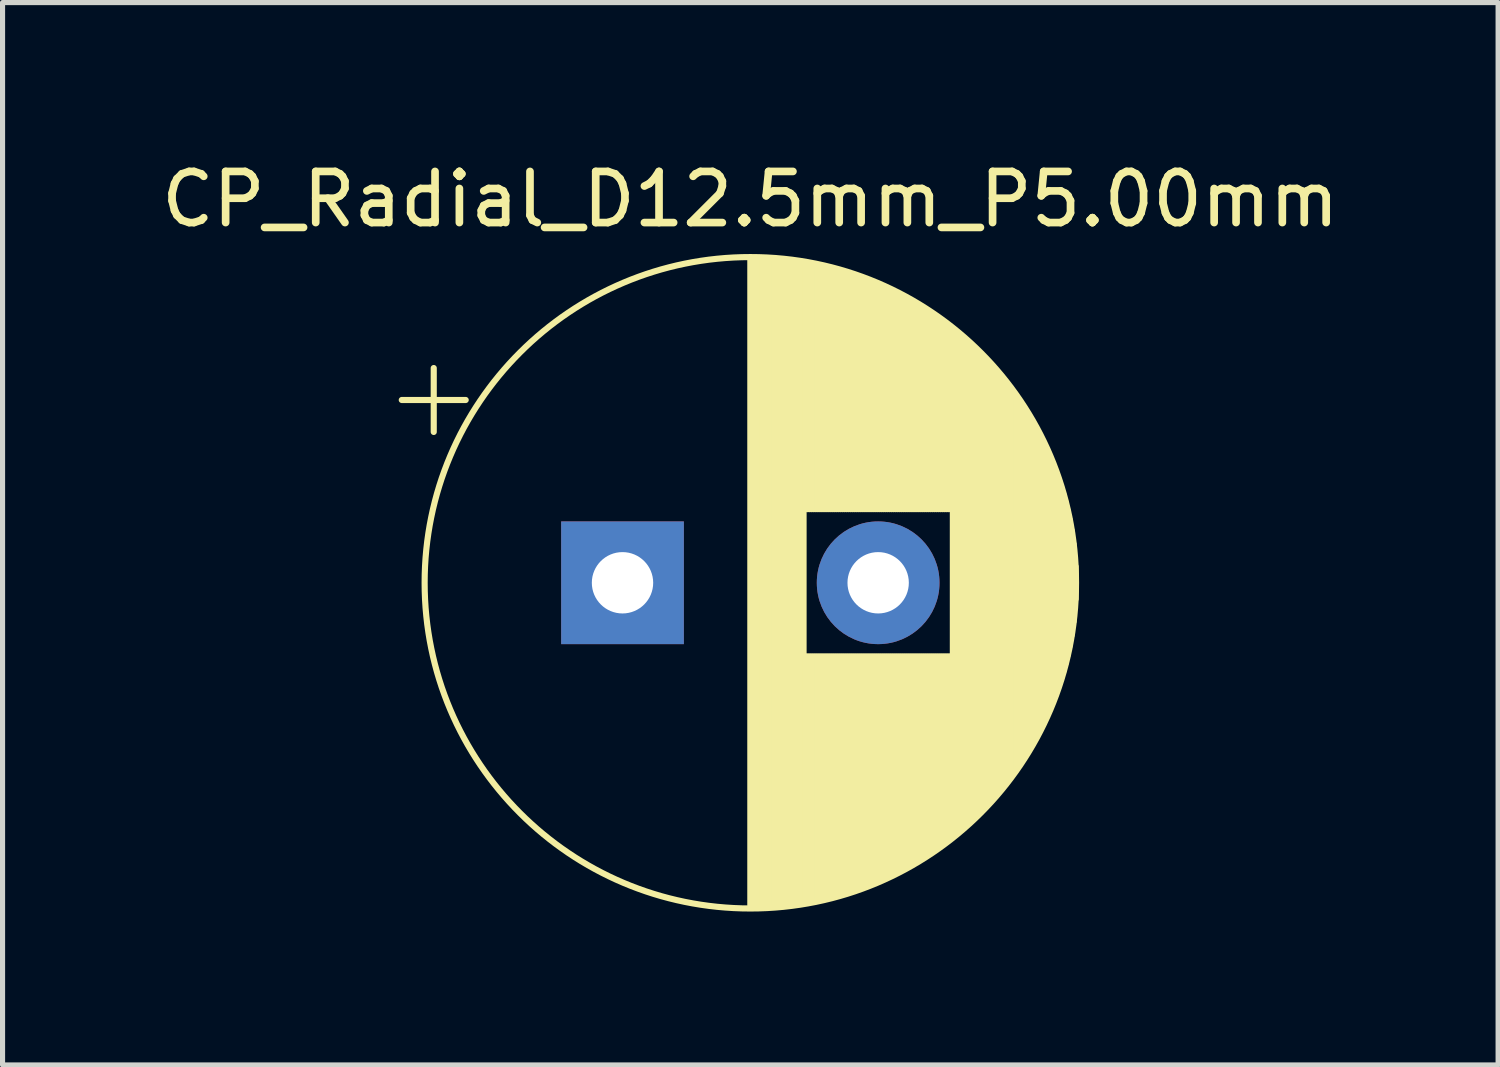
<source format=kicad_pcb>
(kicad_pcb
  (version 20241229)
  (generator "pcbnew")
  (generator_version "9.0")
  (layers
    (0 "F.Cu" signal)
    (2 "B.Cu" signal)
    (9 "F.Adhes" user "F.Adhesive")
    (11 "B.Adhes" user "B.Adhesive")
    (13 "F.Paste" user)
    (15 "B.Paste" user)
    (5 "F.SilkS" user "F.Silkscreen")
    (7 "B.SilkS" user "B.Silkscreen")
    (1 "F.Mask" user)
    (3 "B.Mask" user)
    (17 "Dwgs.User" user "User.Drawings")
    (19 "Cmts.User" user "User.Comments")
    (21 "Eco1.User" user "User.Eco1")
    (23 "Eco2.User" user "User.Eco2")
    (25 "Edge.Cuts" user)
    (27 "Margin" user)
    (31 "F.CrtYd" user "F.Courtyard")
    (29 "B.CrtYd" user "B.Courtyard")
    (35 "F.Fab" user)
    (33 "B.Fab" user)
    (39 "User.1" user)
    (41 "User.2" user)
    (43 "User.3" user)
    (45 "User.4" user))
  (footprint "CP_Radial_D12.5mm_P5.00mm"
    (layer "F.Cu")
    (at 9.125 8.348)
    (property "Reference" "CP_Radial_D12.5mm_P5.00mm" (at 2.5 -7.5 0) (layer "F.SilkS") (effects (font (size 1 1) (thickness 0.15))))
    (attr through_hole)
    (fp_line (start -4.317 -3.575) (end -3.067 -3.575) (stroke (width 0.12) (type solid)) (layer "F.SilkS"))
    (fp_line (start -3.692 -4.2) (end -3.692 -2.95) (stroke (width 0.12) (type solid)) (layer "F.SilkS"))
    (fp_line (start 2.5 -6.33) (end 2.5 6.33) (stroke (width 0.12) (type solid)) (layer "F.SilkS"))
    (fp_line (start 2.54 -6.33) (end 2.54 6.33) (stroke (width 0.12) (type solid)) (layer "F.SilkS"))
    (fp_line (start 2.58 -6.33) (end 2.58 6.33) (stroke (width 0.12) (type solid)) (layer "F.SilkS"))
    (fp_line (start 2.62 -6.329) (end 2.62 6.329) (stroke (width 0.12) (type solid)) (layer "F.SilkS"))
    (fp_line (start 2.66 -6.328) (end 2.66 6.328) (stroke (width 0.12) (type solid)) (layer "F.SilkS"))
    (fp_line (start 2.7 -6.327) (end 2.7 6.327) (stroke (width 0.12) (type solid)) (layer "F.SilkS"))
    (fp_line (start 2.74 -6.326) (end 2.74 6.326) (stroke (width 0.12) (type solid)) (layer "F.SilkS"))
    (fp_line (start 2.78 -6.324) (end 2.78 6.324) (stroke (width 0.12) (type solid)) (layer "F.SilkS"))
    (fp_line (start 2.82 -6.322) (end 2.82 6.322) (stroke (width 0.12) (type solid)) (layer "F.SilkS"))
    (fp_line (start 2.86 -6.32) (end 2.86 6.32) (stroke (width 0.12) (type solid)) (layer "F.SilkS"))
    (fp_line (start 2.9 -6.318) (end 2.9 6.318) (stroke (width 0.12) (type solid)) (layer "F.SilkS"))
    (fp_line (start 2.94 -6.315) (end 2.94 6.315) (stroke (width 0.12) (type solid)) (layer "F.SilkS"))
    (fp_line (start 2.98 -6.312) (end 2.98 6.312) (stroke (width 0.12) (type solid)) (layer "F.SilkS"))
    (fp_line (start 3.02 -6.309) (end 3.02 6.309) (stroke (width 0.12) (type solid)) (layer "F.SilkS"))
    (fp_line (start 3.06 -6.306) (end 3.06 6.306) (stroke (width 0.12) (type solid)) (layer "F.SilkS"))
    (fp_line (start 3.1 -6.302) (end 3.1 6.302) (stroke (width 0.12) (type solid)) (layer "F.SilkS"))
    (fp_line (start 3.14 -6.298) (end 3.14 6.298) (stroke (width 0.12) (type solid)) (layer "F.SilkS"))
    (fp_line (start 3.18 -6.294) (end 3.18 6.294) (stroke (width 0.12) (type solid)) (layer "F.SilkS"))
    (fp_line (start 3.221 -6.29) (end 3.221 6.29) (stroke (width 0.12) (type solid)) (layer "F.SilkS"))
    (fp_line (start 3.261 -6.285) (end 3.261 6.285) (stroke (width 0.12) (type solid)) (layer "F.SilkS"))
    (fp_line (start 3.301 -6.28) (end 3.301 6.28) (stroke (width 0.12) (type solid)) (layer "F.SilkS"))
    (fp_line (start 3.341 -6.275) (end 3.341 6.275) (stroke (width 0.12) (type solid)) (layer "F.SilkS"))
    (fp_line (start 3.381 -6.269) (end 3.381 6.269) (stroke (width 0.12) (type solid)) (layer "F.SilkS"))
    (fp_line (start 3.421 -6.264) (end 3.421 6.264) (stroke (width 0.12) (type solid)) (layer "F.SilkS"))
    (fp_line (start 3.461 -6.258) (end 3.461 6.258) (stroke (width 0.12) (type solid)) (layer "F.SilkS"))
    (fp_line (start 3.501 -6.252) (end 3.501 6.252) (stroke (width 0.12) (type solid)) (layer "F.SilkS"))
    (fp_line (start 3.541 -6.245) (end 3.541 6.245) (stroke (width 0.12) (type solid)) (layer "F.SilkS"))
    (fp_line (start 3.581 -6.238) (end 3.581 -1.44) (stroke (width 0.12) (type solid)) (layer "F.SilkS"))
    (fp_line (start 3.581 1.44) (end 3.581 6.238) (stroke (width 0.12) (type solid)) (layer "F.SilkS"))
    (fp_line (start 3.621 -6.231) (end 3.621 -1.44) (stroke (width 0.12) (type solid)) (layer "F.SilkS"))
    (fp_line (start 3.621 1.44) (end 3.621 6.231) (stroke (width 0.12) (type solid)) (layer "F.SilkS"))
    (fp_line (start 3.661 -6.224) (end 3.661 -1.44) (stroke (width 0.12) (type solid)) (layer "F.SilkS"))
    (fp_line (start 3.661 1.44) (end 3.661 6.224) (stroke (width 0.12) (type solid)) (layer "F.SilkS"))
    (fp_line (start 3.701 -6.216) (end 3.701 -1.44) (stroke (width 0.12) (type solid)) (layer "F.SilkS"))
    (fp_line (start 3.701 1.44) (end 3.701 6.216) (stroke (width 0.12) (type solid)) (layer "F.SilkS"))
    (fp_line (start 3.741 -6.209) (end 3.741 -1.44) (stroke (width 0.12) (type solid)) (layer "F.SilkS"))
    (fp_line (start 3.741 1.44) (end 3.741 6.209) (stroke (width 0.12) (type solid)) (layer "F.SilkS"))
    (fp_line (start 3.781 -6.201) (end 3.781 -1.44) (stroke (width 0.12) (type solid)) (layer "F.SilkS"))
    (fp_line (start 3.781 1.44) (end 3.781 6.201) (stroke (width 0.12) (type solid)) (layer "F.SilkS"))
    (fp_line (start 3.821 -6.192) (end 3.821 -1.44) (stroke (width 0.12) (type solid)) (layer "F.SilkS"))
    (fp_line (start 3.821 1.44) (end 3.821 6.192) (stroke (width 0.12) (type solid)) (layer "F.SilkS"))
    (fp_line (start 3.861 -6.184) (end 3.861 -1.44) (stroke (width 0.12) (type solid)) (layer "F.SilkS"))
    (fp_line (start 3.861 1.44) (end 3.861 6.184) (stroke (width 0.12) (type solid)) (layer "F.SilkS"))
    (fp_line (start 3.901 -6.175) (end 3.901 -1.44) (stroke (width 0.12) (type solid)) (layer "F.SilkS"))
    (fp_line (start 3.901 1.44) (end 3.901 6.175) (stroke (width 0.12) (type solid)) (layer "F.SilkS"))
    (fp_line (start 3.941 -6.166) (end 3.941 -1.44) (stroke (width 0.12) (type solid)) (layer "F.SilkS"))
    (fp_line (start 3.941 1.44) (end 3.941 6.166) (stroke (width 0.12) (type solid)) (layer "F.SilkS"))
    (fp_line (start 3.981 -6.156) (end 3.981 -1.44) (stroke (width 0.12) (type solid)) (layer "F.SilkS"))
    (fp_line (start 3.981 1.44) (end 3.981 6.156) (stroke (width 0.12) (type solid)) (layer "F.SilkS"))
    (fp_line (start 4.021 -6.146) (end 4.021 -1.44) (stroke (width 0.12) (type solid)) (layer "F.SilkS"))
    (fp_line (start 4.021 1.44) (end 4.021 6.146) (stroke (width 0.12) (type solid)) (layer "F.SilkS"))
    (fp_line (start 4.061 -6.137) (end 4.061 -1.44) (stroke (width 0.12) (type solid)) (layer "F.SilkS"))
    (fp_line (start 4.061 1.44) (end 4.061 6.137) (stroke (width 0.12) (type solid)) (layer "F.SilkS"))
    (fp_line (start 4.101 -6.126) (end 4.101 -1.44) (stroke (width 0.12) (type solid)) (layer "F.SilkS"))
    (fp_line (start 4.101 1.44) (end 4.101 6.126) (stroke (width 0.12) (type solid)) (layer "F.SilkS"))
    (fp_line (start 4.141 -6.116) (end 4.141 -1.44) (stroke (width 0.12) (type solid)) (layer "F.SilkS"))
    (fp_line (start 4.141 1.44) (end 4.141 6.116) (stroke (width 0.12) (type solid)) (layer "F.SilkS"))
    (fp_line (start 4.181 -6.105) (end 4.181 -1.44) (stroke (width 0.12) (type solid)) (layer "F.SilkS"))
    (fp_line (start 4.181 1.44) (end 4.181 6.105) (stroke (width 0.12) (type solid)) (layer "F.SilkS"))
    (fp_line (start 4.221 -6.094) (end 4.221 -1.44) (stroke (width 0.12) (type solid)) (layer "F.SilkS"))
    (fp_line (start 4.221 1.44) (end 4.221 6.094) (stroke (width 0.12) (type solid)) (layer "F.SilkS"))
    (fp_line (start 4.261 -6.083) (end 4.261 -1.44) (stroke (width 0.12) (type solid)) (layer "F.SilkS"))
    (fp_line (start 4.261 1.44) (end 4.261 6.083) (stroke (width 0.12) (type solid)) (layer "F.SilkS"))
    (fp_line (start 4.301 -6.071) (end 4.301 -1.44) (stroke (width 0.12) (type solid)) (layer "F.SilkS"))
    (fp_line (start 4.301 1.44) (end 4.301 6.071) (stroke (width 0.12) (type solid)) (layer "F.SilkS"))
    (fp_line (start 4.341 -6.059) (end 4.341 -1.44) (stroke (width 0.12) (type solid)) (layer "F.SilkS"))
    (fp_line (start 4.341 1.44) (end 4.341 6.059) (stroke (width 0.12) (type solid)) (layer "F.SilkS"))
    (fp_line (start 4.381 -6.047) (end 4.381 -1.44) (stroke (width 0.12) (type solid)) (layer "F.SilkS"))
    (fp_line (start 4.381 1.44) (end 4.381 6.047) (stroke (width 0.12) (type solid)) (layer "F.SilkS"))
    (fp_line (start 4.421 -6.034) (end 4.421 -1.44) (stroke (width 0.12) (type solid)) (layer "F.SilkS"))
    (fp_line (start 4.421 1.44) (end 4.421 6.034) (stroke (width 0.12) (type solid)) (layer "F.SilkS"))
    (fp_line (start 4.461 -6.021) (end 4.461 -1.44) (stroke (width 0.12) (type solid)) (layer "F.SilkS"))
    (fp_line (start 4.461 1.44) (end 4.461 6.021) (stroke (width 0.12) (type solid)) (layer "F.SilkS"))
    (fp_line (start 4.501 -6.008) (end 4.501 -1.44) (stroke (width 0.12) (type solid)) (layer "F.SilkS"))
    (fp_line (start 4.501 1.44) (end 4.501 6.008) (stroke (width 0.12) (type solid)) (layer "F.SilkS"))
    (fp_line (start 4.541 -5.995) (end 4.541 -1.44) (stroke (width 0.12) (type solid)) (layer "F.SilkS"))
    (fp_line (start 4.541 1.44) (end 4.541 5.995) (stroke (width 0.12) (type solid)) (layer "F.SilkS"))
    (fp_line (start 4.581 -5.981) (end 4.581 -1.44) (stroke (width 0.12) (type solid)) (layer "F.SilkS"))
    (fp_line (start 4.581 1.44) (end 4.581 5.981) (stroke (width 0.12) (type solid)) (layer "F.SilkS"))
    (fp_line (start 4.621 -5.967) (end 4.621 -1.44) (stroke (width 0.12) (type solid)) (layer "F.SilkS"))
    (fp_line (start 4.621 1.44) (end 4.621 5.967) (stroke (width 0.12) (type solid)) (layer "F.SilkS"))
    (fp_line (start 4.661 -5.953) (end 4.661 -1.44) (stroke (width 0.12) (type solid)) (layer "F.SilkS"))
    (fp_line (start 4.661 1.44) (end 4.661 5.953) (stroke (width 0.12) (type solid)) (layer "F.SilkS"))
    (fp_line (start 4.701 -5.939) (end 4.701 -1.44) (stroke (width 0.12) (type solid)) (layer "F.SilkS"))
    (fp_line (start 4.701 1.44) (end 4.701 5.939) (stroke (width 0.12) (type solid)) (layer "F.SilkS"))
    (fp_line (start 4.741 -5.924) (end 4.741 -1.44) (stroke (width 0.12) (type solid)) (layer "F.SilkS"))
    (fp_line (start 4.741 1.44) (end 4.741 5.924) (stroke (width 0.12) (type solid)) (layer "F.SilkS"))
    (fp_line (start 4.781 -5.908) (end 4.781 -1.44) (stroke (width 0.12) (type solid)) (layer "F.SilkS"))
    (fp_line (start 4.781 1.44) (end 4.781 5.908) (stroke (width 0.12) (type solid)) (layer "F.SilkS"))
    (fp_line (start 4.821 -5.893) (end 4.821 -1.44) (stroke (width 0.12) (type solid)) (layer "F.SilkS"))
    (fp_line (start 4.821 1.44) (end 4.821 5.893) (stroke (width 0.12) (type solid)) (layer "F.SilkS"))
    (fp_line (start 4.861 -5.877) (end 4.861 -1.44) (stroke (width 0.12) (type solid)) (layer "F.SilkS"))
    (fp_line (start 4.861 1.44) (end 4.861 5.877) (stroke (width 0.12) (type solid)) (layer "F.SilkS"))
    (fp_line (start 4.901 -5.861) (end 4.901 -1.44) (stroke (width 0.12) (type solid)) (layer "F.SilkS"))
    (fp_line (start 4.901 1.44) (end 4.901 5.861) (stroke (width 0.12) (type solid)) (layer "F.SilkS"))
    (fp_line (start 4.941 -5.845) (end 4.941 -1.44) (stroke (width 0.12) (type solid)) (layer "F.SilkS"))
    (fp_line (start 4.941 1.44) (end 4.941 5.845) (stroke (width 0.12) (type solid)) (layer "F.SilkS"))
    (fp_line (start 4.981 -5.828) (end 4.981 -1.44) (stroke (width 0.12) (type solid)) (layer "F.SilkS"))
    (fp_line (start 4.981 1.44) (end 4.981 5.828) (stroke (width 0.12) (type solid)) (layer "F.SilkS"))
    (fp_line (start 5.021 -5.811) (end 5.021 -1.44) (stroke (width 0.12) (type solid)) (layer "F.SilkS"))
    (fp_line (start 5.021 1.44) (end 5.021 5.811) (stroke (width 0.12) (type solid)) (layer "F.SilkS"))
    (fp_line (start 5.061 -5.793) (end 5.061 -1.44) (stroke (width 0.12) (type solid)) (layer "F.SilkS"))
    (fp_line (start 5.061 1.44) (end 5.061 5.793) (stroke (width 0.12) (type solid)) (layer "F.SilkS"))
    (fp_line (start 5.101 -5.776) (end 5.101 -1.44) (stroke (width 0.12) (type solid)) (layer "F.SilkS"))
    (fp_line (start 5.101 1.44) (end 5.101 5.776) (stroke (width 0.12) (type solid)) (layer "F.SilkS"))
    (fp_line (start 5.141 -5.758) (end 5.141 -1.44) (stroke (width 0.12) (type solid)) (layer "F.SilkS"))
    (fp_line (start 5.141 1.44) (end 5.141 5.758) (stroke (width 0.12) (type solid)) (layer "F.SilkS"))
    (fp_line (start 5.181 -5.739) (end 5.181 -1.44) (stroke (width 0.12) (type solid)) (layer "F.SilkS"))
    (fp_line (start 5.181 1.44) (end 5.181 5.739) (stroke (width 0.12) (type solid)) (layer "F.SilkS"))
    (fp_line (start 5.221 -5.721) (end 5.221 -1.44) (stroke (width 0.12) (type solid)) (layer "F.SilkS"))
    (fp_line (start 5.221 1.44) (end 5.221 5.721) (stroke (width 0.12) (type solid)) (layer "F.SilkS"))
    (fp_line (start 5.261 -5.702) (end 5.261 -1.44) (stroke (width 0.12) (type solid)) (layer "F.SilkS"))
    (fp_line (start 5.261 1.44) (end 5.261 5.702) (stroke (width 0.12) (type solid)) (layer "F.SilkS"))
    (fp_line (start 5.301 -5.682) (end 5.301 -1.44) (stroke (width 0.12) (type solid)) (layer "F.SilkS"))
    (fp_line (start 5.301 1.44) (end 5.301 5.682) (stroke (width 0.12) (type solid)) (layer "F.SilkS"))
    (fp_line (start 5.341 -5.662) (end 5.341 -1.44) (stroke (width 0.12) (type solid)) (layer "F.SilkS"))
    (fp_line (start 5.341 1.44) (end 5.341 5.662) (stroke (width 0.12) (type solid)) (layer "F.SilkS"))
    (fp_line (start 5.381 -5.642) (end 5.381 -1.44) (stroke (width 0.12) (type solid)) (layer "F.SilkS"))
    (fp_line (start 5.381 1.44) (end 5.381 5.642) (stroke (width 0.12) (type solid)) (layer "F.SilkS"))
    (fp_line (start 5.421 -5.622) (end 5.421 -1.44) (stroke (width 0.12) (type solid)) (layer "F.SilkS"))
    (fp_line (start 5.421 1.44) (end 5.421 5.622) (stroke (width 0.12) (type solid)) (layer "F.SilkS"))
    (fp_line (start 5.461 -5.601) (end 5.461 -1.44) (stroke (width 0.12) (type solid)) (layer "F.SilkS"))
    (fp_line (start 5.461 1.44) (end 5.461 5.601) (stroke (width 0.12) (type solid)) (layer "F.SilkS"))
    (fp_line (start 5.501 -5.58) (end 5.501 -1.44) (stroke (width 0.12) (type solid)) (layer "F.SilkS"))
    (fp_line (start 5.501 1.44) (end 5.501 5.58) (stroke (width 0.12) (type solid)) (layer "F.SilkS"))
    (fp_line (start 5.541 -5.558) (end 5.541 -1.44) (stroke (width 0.12) (type solid)) (layer "F.SilkS"))
    (fp_line (start 5.541 1.44) (end 5.541 5.558) (stroke (width 0.12) (type solid)) (layer "F.SilkS"))
    (fp_line (start 5.581 -5.536) (end 5.581 -1.44) (stroke (width 0.12) (type solid)) (layer "F.SilkS"))
    (fp_line (start 5.581 1.44) (end 5.581 5.536) (stroke (width 0.12) (type solid)) (layer "F.SilkS"))
    (fp_line (start 5.621 -5.514) (end 5.621 -1.44) (stroke (width 0.12) (type solid)) (layer "F.SilkS"))
    (fp_line (start 5.621 1.44) (end 5.621 5.514) (stroke (width 0.12) (type solid)) (layer "F.SilkS"))
    (fp_line (start 5.661 -5.491) (end 5.661 -1.44) (stroke (width 0.12) (type solid)) (layer "F.SilkS"))
    (fp_line (start 5.661 1.44) (end 5.661 5.491) (stroke (width 0.12) (type solid)) (layer "F.SilkS"))
    (fp_line (start 5.701 -5.468) (end 5.701 -1.44) (stroke (width 0.12) (type solid)) (layer "F.SilkS"))
    (fp_line (start 5.701 1.44) (end 5.701 5.468) (stroke (width 0.12) (type solid)) (layer "F.SilkS"))
    (fp_line (start 5.741 -5.445) (end 5.741 -1.44) (stroke (width 0.12) (type solid)) (layer "F.SilkS"))
    (fp_line (start 5.741 1.44) (end 5.741 5.445) (stroke (width 0.12) (type solid)) (layer "F.SilkS"))
    (fp_line (start 5.781 -5.421) (end 5.781 -1.44) (stroke (width 0.12) (type solid)) (layer "F.SilkS"))
    (fp_line (start 5.781 1.44) (end 5.781 5.421) (stroke (width 0.12) (type solid)) (layer "F.SilkS"))
    (fp_line (start 5.821 -5.397) (end 5.821 -1.44) (stroke (width 0.12) (type solid)) (layer "F.SilkS"))
    (fp_line (start 5.821 1.44) (end 5.821 5.397) (stroke (width 0.12) (type solid)) (layer "F.SilkS"))
    (fp_line (start 5.861 -5.372) (end 5.861 -1.44) (stroke (width 0.12) (type solid)) (layer "F.SilkS"))
    (fp_line (start 5.861 1.44) (end 5.861 5.372) (stroke (width 0.12) (type solid)) (layer "F.SilkS"))
    (fp_line (start 5.901 -5.347) (end 5.901 -1.44) (stroke (width 0.12) (type solid)) (layer "F.SilkS"))
    (fp_line (start 5.901 1.44) (end 5.901 5.347) (stroke (width 0.12) (type solid)) (layer "F.SilkS"))
    (fp_line (start 5.941 -5.322) (end 5.941 -1.44) (stroke (width 0.12) (type solid)) (layer "F.SilkS"))
    (fp_line (start 5.941 1.44) (end 5.941 5.322) (stroke (width 0.12) (type solid)) (layer "F.SilkS"))
    (fp_line (start 5.981 -5.296) (end 5.981 -1.44) (stroke (width 0.12) (type solid)) (layer "F.SilkS"))
    (fp_line (start 5.981 1.44) (end 5.981 5.296) (stroke (width 0.12) (type solid)) (layer "F.SilkS"))
    (fp_line (start 6.021 -5.27) (end 6.021 -1.44) (stroke (width 0.12) (type solid)) (layer "F.SilkS"))
    (fp_line (start 6.021 1.44) (end 6.021 5.27) (stroke (width 0.12) (type solid)) (layer "F.SilkS"))
    (fp_line (start 6.061 -5.243) (end 6.061 -1.44) (stroke (width 0.12) (type solid)) (layer "F.SilkS"))
    (fp_line (start 6.061 1.44) (end 6.061 5.243) (stroke (width 0.12) (type solid)) (layer "F.SilkS"))
    (fp_line (start 6.101 -5.216) (end 6.101 -1.44) (stroke (width 0.12) (type solid)) (layer "F.SilkS"))
    (fp_line (start 6.101 1.44) (end 6.101 5.216) (stroke (width 0.12) (type solid)) (layer "F.SilkS"))
    (fp_line (start 6.141 -5.188) (end 6.141 -1.44) (stroke (width 0.12) (type solid)) (layer "F.SilkS"))
    (fp_line (start 6.141 1.44) (end 6.141 5.188) (stroke (width 0.12) (type solid)) (layer "F.SilkS"))
    (fp_line (start 6.181 -5.16) (end 6.181 -1.44) (stroke (width 0.12) (type solid)) (layer "F.SilkS"))
    (fp_line (start 6.181 1.44) (end 6.181 5.16) (stroke (width 0.12) (type solid)) (layer "F.SilkS"))
    (fp_line (start 6.221 -5.131) (end 6.221 -1.44) (stroke (width 0.12) (type solid)) (layer "F.SilkS"))
    (fp_line (start 6.221 1.44) (end 6.221 5.131) (stroke (width 0.12) (type solid)) (layer "F.SilkS"))
    (fp_line (start 6.261 -5.102) (end 6.261 -1.44) (stroke (width 0.12) (type solid)) (layer "F.SilkS"))
    (fp_line (start 6.261 1.44) (end 6.261 5.102) (stroke (width 0.12) (type solid)) (layer "F.SilkS"))
    (fp_line (start 6.301 -5.073) (end 6.301 -1.44) (stroke (width 0.12) (type solid)) (layer "F.SilkS"))
    (fp_line (start 6.301 1.44) (end 6.301 5.073) (stroke (width 0.12) (type solid)) (layer "F.SilkS"))
    (fp_line (start 6.341 -5.043) (end 6.341 -1.44) (stroke (width 0.12) (type solid)) (layer "F.SilkS"))
    (fp_line (start 6.341 1.44) (end 6.341 5.043) (stroke (width 0.12) (type solid)) (layer "F.SilkS"))
    (fp_line (start 6.381 -5.012) (end 6.381 -1.44) (stroke (width 0.12) (type solid)) (layer "F.SilkS"))
    (fp_line (start 6.381 1.44) (end 6.381 5.012) (stroke (width 0.12) (type solid)) (layer "F.SilkS"))
    (fp_line (start 6.421 -4.982) (end 6.421 -1.44) (stroke (width 0.12) (type solid)) (layer "F.SilkS"))
    (fp_line (start 6.421 1.44) (end 6.421 4.982) (stroke (width 0.12) (type solid)) (layer "F.SilkS"))
    (fp_line (start 6.461 -4.95) (end 6.461 4.95) (stroke (width 0.12) (type solid)) (layer "F.SilkS"))
    (fp_line (start 6.501 -4.918) (end 6.501 4.918) (stroke (width 0.12) (type solid)) (layer "F.SilkS"))
    (fp_line (start 6.541 -4.885) (end 6.541 4.885) (stroke (width 0.12) (type solid)) (layer "F.SilkS"))
    (fp_line (start 6.581 -4.852) (end 6.581 4.852) (stroke (width 0.12) (type solid)) (layer "F.SilkS"))
    (fp_line (start 6.621 -4.819) (end 6.621 4.819) (stroke (width 0.12) (type solid)) (layer "F.SilkS"))
    (fp_line (start 6.661 -4.785) (end 6.661 4.785) (stroke (width 0.12) (type solid)) (layer "F.SilkS"))
    (fp_line (start 6.701 -4.75) (end 6.701 4.75) (stroke (width 0.12) (type solid)) (layer "F.SilkS"))
    (fp_line (start 6.741 -4.714) (end 6.741 4.714) (stroke (width 0.12) (type solid)) (layer "F.SilkS"))
    (fp_line (start 6.781 -4.678) (end 6.781 4.678) (stroke (width 0.12) (type solid)) (layer "F.SilkS"))
    (fp_line (start 6.821 -4.642) (end 6.821 4.642) (stroke (width 0.12) (type solid)) (layer "F.SilkS"))
    (fp_line (start 6.861 -4.605) (end 6.861 4.605) (stroke (width 0.12) (type solid)) (layer "F.SilkS"))
    (fp_line (start 6.901 -4.567) (end 6.901 4.567) (stroke (width 0.12) (type solid)) (layer "F.SilkS"))
    (fp_line (start 6.941 -4.528) (end 6.941 4.528) (stroke (width 0.12) (type solid)) (layer "F.SilkS"))
    (fp_line (start 6.981 -4.489) (end 6.981 4.489) (stroke (width 0.12) (type solid)) (layer "F.SilkS"))
    (fp_line (start 7.021 -4.449) (end 7.021 4.449) (stroke (width 0.12) (type solid)) (layer "F.SilkS"))
    (fp_line (start 7.061 -4.408) (end 7.061 4.408) (stroke (width 0.12) (type solid)) (layer "F.SilkS"))
    (fp_line (start 7.101 -4.367) (end 7.101 4.367) (stroke (width 0.12) (type solid)) (layer "F.SilkS"))
    (fp_line (start 7.141 -4.325) (end 7.141 4.325) (stroke (width 0.12) (type solid)) (layer "F.SilkS"))
    (fp_line (start 7.181 -4.282) (end 7.181 4.282) (stroke (width 0.12) (type solid)) (layer "F.SilkS"))
    (fp_line (start 7.221 -4.238) (end 7.221 4.238) (stroke (width 0.12) (type solid)) (layer "F.SilkS"))
    (fp_line (start 7.261 -4.194) (end 7.261 4.194) (stroke (width 0.12) (type solid)) (layer "F.SilkS"))
    (fp_line (start 7.301 -4.148) (end 7.301 4.148) (stroke (width 0.12) (type solid)) (layer "F.SilkS"))
    (fp_line (start 7.341 -4.102) (end 7.341 4.102) (stroke (width 0.12) (type solid)) (layer "F.SilkS"))
    (fp_line (start 7.381 -4.055) (end 7.381 4.055) (stroke (width 0.12) (type solid)) (layer "F.SilkS"))
    (fp_line (start 7.421 -4.007) (end 7.421 4.007) (stroke (width 0.12) (type solid)) (layer "F.SilkS"))
    (fp_line (start 7.461 -3.957) (end 7.461 3.957) (stroke (width 0.12) (type solid)) (layer "F.SilkS"))
    (fp_line (start 7.501 -3.907) (end 7.501 3.907) (stroke (width 0.12) (type solid)) (layer "F.SilkS"))
    (fp_line (start 7.541 -3.856) (end 7.541 3.856) (stroke (width 0.12) (type solid)) (layer "F.SilkS"))
    (fp_line (start 7.581 -3.804) (end 7.581 3.804) (stroke (width 0.12) (type solid)) (layer "F.SilkS"))
    (fp_line (start 7.621 -3.75) (end 7.621 3.75) (stroke (width 0.12) (type solid)) (layer "F.SilkS"))
    (fp_line (start 7.661 -3.696) (end 7.661 3.696) (stroke (width 0.12) (type solid)) (layer "F.SilkS"))
    (fp_line (start 7.701 -3.64) (end 7.701 3.64) (stroke (width 0.12) (type solid)) (layer "F.SilkS"))
    (fp_line (start 7.741 -3.583) (end 7.741 3.583) (stroke (width 0.12) (type solid)) (layer "F.SilkS"))
    (fp_line (start 7.781 -3.524) (end 7.781 3.524) (stroke (width 0.12) (type solid)) (layer "F.SilkS"))
    (fp_line (start 7.821 -3.464) (end 7.821 3.464) (stroke (width 0.12) (type solid)) (layer "F.SilkS"))
    (fp_line (start 7.861 -3.402) (end 7.861 3.402) (stroke (width 0.12) (type solid)) (layer "F.SilkS"))
    (fp_line (start 7.901 -3.339) (end 7.901 3.339) (stroke (width 0.12) (type solid)) (layer "F.SilkS"))
    (fp_line (start 7.941 -3.275) (end 7.941 3.275) (stroke (width 0.12) (type solid)) (layer "F.SilkS"))
    (fp_line (start 7.981 -3.208) (end 7.981 3.208) (stroke (width 0.12) (type solid)) (layer "F.SilkS"))
    (fp_line (start 8.021 -3.14) (end 8.021 3.14) (stroke (width 0.12) (type solid)) (layer "F.SilkS"))
    (fp_line (start 8.061 -3.069) (end 8.061 3.069) (stroke (width 0.12) (type solid)) (layer "F.SilkS"))
    (fp_line (start 8.101 -2.996) (end 8.101 2.996) (stroke (width 0.12) (type solid)) (layer "F.SilkS"))
    (fp_line (start 8.141 -2.921) (end 8.141 2.921) (stroke (width 0.12) (type solid)) (layer "F.SilkS"))
    (fp_line (start 8.181 -2.844) (end 8.181 2.844) (stroke (width 0.12) (type solid)) (layer "F.SilkS"))
    (fp_line (start 8.221 -2.764) (end 8.221 2.764) (stroke (width 0.12) (type solid)) (layer "F.SilkS"))
    (fp_line (start 8.261 -2.681) (end 8.261 2.681) (stroke (width 0.12) (type solid)) (layer "F.SilkS"))
    (fp_line (start 8.301 -2.594) (end 8.301 2.594) (stroke (width 0.12) (type solid)) (layer "F.SilkS"))
    (fp_line (start 8.341 -2.504) (end 8.341 2.504) (stroke (width 0.12) (type solid)) (layer "F.SilkS"))
    (fp_line (start 8.381 -2.41) (end 8.381 2.41) (stroke (width 0.12) (type solid)) (layer "F.SilkS"))
    (fp_line (start 8.421 -2.312) (end 8.421 2.312) (stroke (width 0.12) (type solid)) (layer "F.SilkS"))
    (fp_line (start 8.461 -2.209) (end 8.461 2.209) (stroke (width 0.12) (type solid)) (layer "F.SilkS"))
    (fp_line (start 8.501 -2.1) (end 8.501 2.1) (stroke (width 0.12) (type solid)) (layer "F.SilkS"))
    (fp_line (start 8.541 -1.984) (end 8.541 1.984) (stroke (width 0.12) (type solid)) (layer "F.SilkS"))
    (fp_line (start 8.581 -1.861) (end 8.581 1.861) (stroke (width 0.12) (type solid)) (layer "F.SilkS"))
    (fp_line (start 8.621 -1.728) (end 8.621 1.728) (stroke (width 0.12) (type solid)) (layer "F.SilkS"))
    (fp_line (start 8.661 -1.583) (end 8.661 1.583) (stroke (width 0.12) (type solid)) (layer "F.SilkS"))
    (fp_line (start 8.701 -1.422) (end 8.701 1.422) (stroke (width 0.12) (type solid)) (layer "F.SilkS"))
    (fp_line (start 8.741 -1.241) (end 8.741 1.241) (stroke (width 0.12) (type solid)) (layer "F.SilkS"))
    (fp_line (start 8.781 -1.028) (end 8.781 1.028) (stroke (width 0.12) (type solid)) (layer "F.SilkS"))
    (fp_line (start 8.821 -0.757) (end 8.821 0.757) (stroke (width 0.12) (type solid)) (layer "F.SilkS"))
    (fp_line (start 8.861 -0.317) (end 8.861 0.317) (stroke (width 0.12) (type solid)) (layer "F.SilkS"))
    (fp_circle (center 2.5 0) (end 8.87 0) (stroke (width 0.12) (type solid)) (fill no) (layer "F.SilkS"))
    (pad "1" thru_hole rect (at 0 0) (size 2.4 2.4) (drill 1.2) (layers "*.Cu" "*.Mask"))
    (pad "2" thru_hole circle (at 5 0) (size 2.4 2.4) (drill 1.2) (layers "*.Cu" "*.Mask")))
  (gr_rect
    (start -3 -3)
    (end 26.25 17.778)
    (stroke (width 0.1) (type default))
    (fill no)
    (layer "Edge.Cuts")))
</source>
